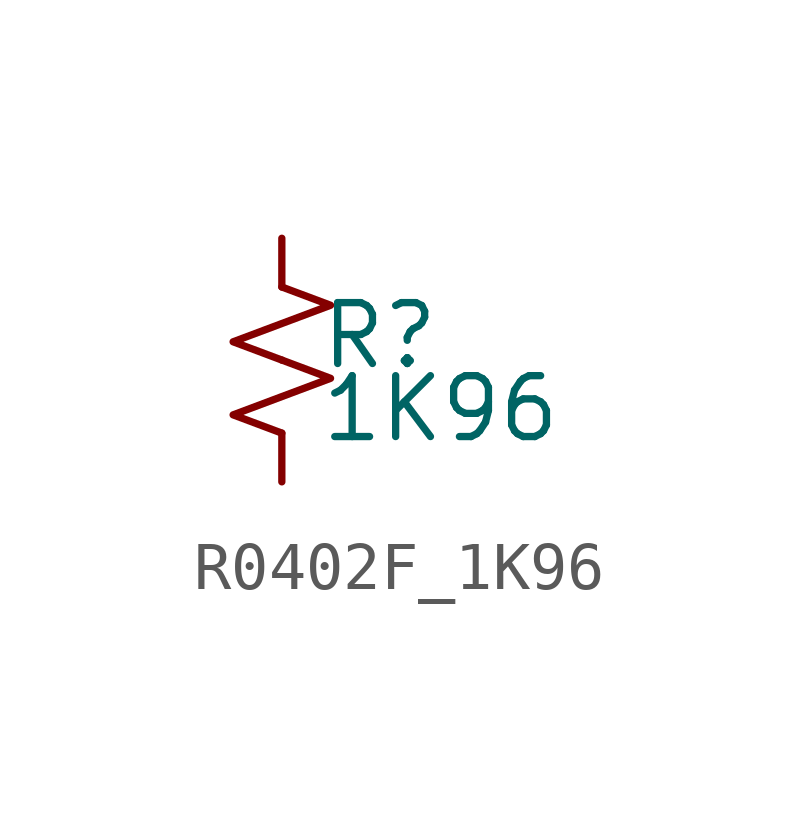
<source format=kicad_sym>
(kicad_symbol_lib
  (version 20220914)
  (generator kicad_symbol_editor)
  (symbol "R0402F_1K96"
    (pin_numbers hide)
    (pin_names
      (offset 0.254) hide)
    (property "Reference" "R"
      (at 0.762 0.508 0)
      (effects (font (size 1.27 1.27)) (justify left)))
    (property "Value" "1K96"
      (at 0.762 -1.016 0)
      (effects (font (size 1.27 1.27)) (justify left)))
    (symbol "R0402F_1K96_1_1"
      (polyline (pts (xy 0 0) (xy 1.016 -0.381) (xy 0 -0.762) (xy -1.016 -1.143) (xy 0 -1.524)) (stroke (width 0) (type default)) (fill (type none)))
      (polyline (pts (xy 0 1.524) (xy 1.016 1.143) (xy 0 0.762) (xy -1.016 0.381) (xy 0 0)) (stroke (width 0) (type default)) (fill (type none)))
      (pin passive line (at 0 2.54 270) (length 1.016) (name "~" (effects (font (size 1.27 1.27)))) (number "1" (effects (font (size 1.27 1.27)))))
      (pin passive line (at 0 -2.54 90) (length 1.016) (name "~" (effects (font (size 1.27 1.27)))) (number "2" (effects (font (size 1.27 1.27))))))))
</source>
